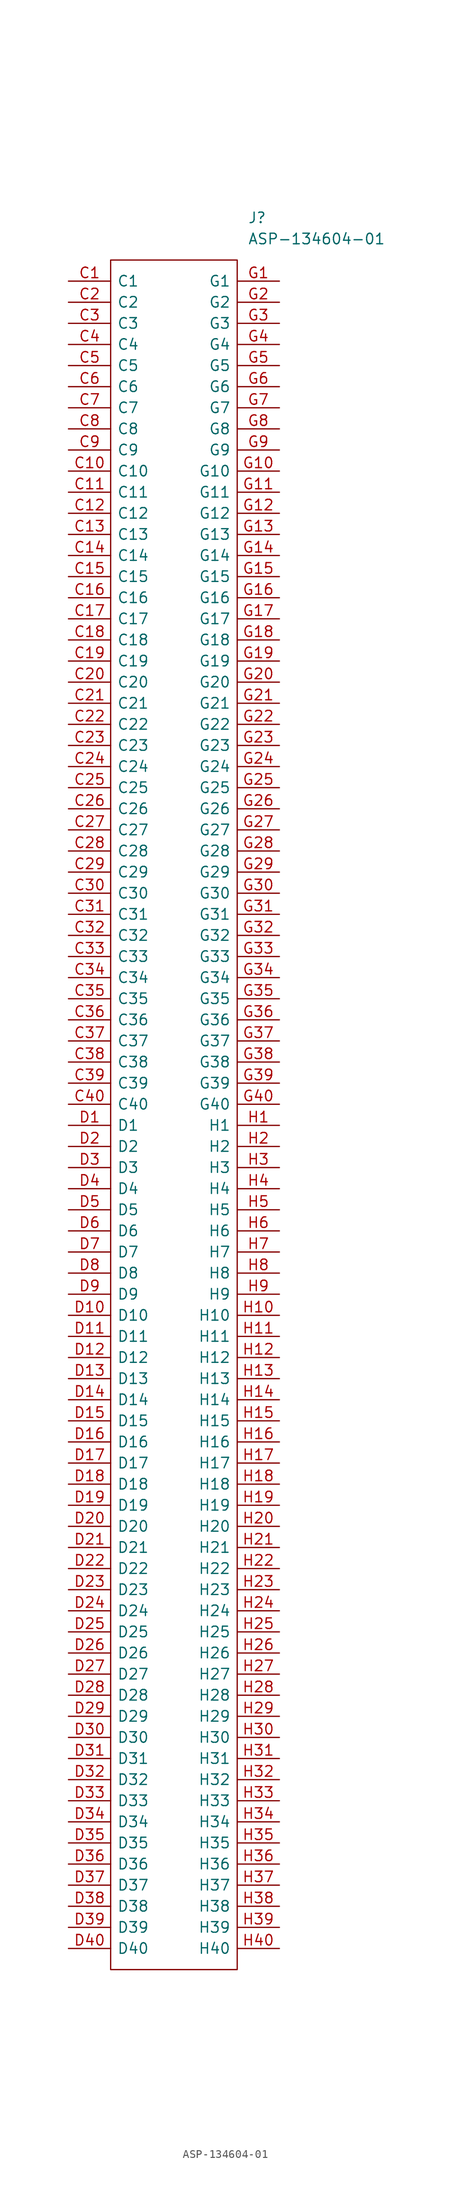
<source format=kicad_sym>
(kicad_symbol_lib
  (version 20220914)
  (generator kicad_symbol_editor)
  (symbol "ASP-134604-01"
    (pin_names
      (offset 0.762))
    (property "Reference" "J"
      (at 21.59 7.62 0)
      (effects (font (size 1.27 1.27)) (justify left)))
    (property "Value" "ASP-134604-01"
      (at 21.59 5.08 0)
      (effects (font (size 1.27 1.27)) (justify left)))
    (symbol "ASP-134604-01_0_0"
      (pin passive line (at 0 0 0) (length 5.08) (name "C1" (effects (font (size 1.27 1.27)))) (number "C1" (effects (font (size 1.27 1.27)))))
      (pin passive line (at 0 -22.86 0) (length 5.08) (name "C10" (effects (font (size 1.27 1.27)))) (number "C10" (effects (font (size 1.27 1.27)))))
      (pin passive line (at 0 -25.4 0) (length 5.08) (name "C11" (effects (font (size 1.27 1.27)))) (number "C11" (effects (font (size 1.27 1.27)))))
      (pin passive line (at 0 -27.94 0) (length 5.08) (name "C12" (effects (font (size 1.27 1.27)))) (number "C12" (effects (font (size 1.27 1.27)))))
      (pin passive line (at 0 -30.48 0) (length 5.08) (name "C13" (effects (font (size 1.27 1.27)))) (number "C13" (effects (font (size 1.27 1.27)))))
      (pin passive line (at 0 -33.02 0) (length 5.08) (name "C14" (effects (font (size 1.27 1.27)))) (number "C14" (effects (font (size 1.27 1.27)))))
      (pin passive line (at 0 -35.56 0) (length 5.08) (name "C15" (effects (font (size 1.27 1.27)))) (number "C15" (effects (font (size 1.27 1.27)))))
      (pin passive line (at 0 -38.1 0) (length 5.08) (name "C16" (effects (font (size 1.27 1.27)))) (number "C16" (effects (font (size 1.27 1.27)))))
      (pin passive line (at 0 -40.64 0) (length 5.08) (name "C17" (effects (font (size 1.27 1.27)))) (number "C17" (effects (font (size 1.27 1.27)))))
      (pin passive line (at 0 -43.18 0) (length 5.08) (name "C18" (effects (font (size 1.27 1.27)))) (number "C18" (effects (font (size 1.27 1.27)))))
      (pin passive line (at 0 -45.72 0) (length 5.08) (name "C19" (effects (font (size 1.27 1.27)))) (number "C19" (effects (font (size 1.27 1.27)))))
      (pin passive line (at 0 -2.54 0) (length 5.08) (name "C2" (effects (font (size 1.27 1.27)))) (number "C2" (effects (font (size 1.27 1.27)))))
      (pin passive line (at 0 -48.26 0) (length 5.08) (name "C20" (effects (font (size 1.27 1.27)))) (number "C20" (effects (font (size 1.27 1.27)))))
      (pin passive line (at 0 -50.8 0) (length 5.08) (name "C21" (effects (font (size 1.27 1.27)))) (number "C21" (effects (font (size 1.27 1.27)))))
      (pin passive line (at 0 -53.34 0) (length 5.08) (name "C22" (effects (font (size 1.27 1.27)))) (number "C22" (effects (font (size 1.27 1.27)))))
      (pin passive line (at 0 -55.88 0) (length 5.08) (name "C23" (effects (font (size 1.27 1.27)))) (number "C23" (effects (font (size 1.27 1.27)))))
      (pin passive line (at 0 -58.42 0) (length 5.08) (name "C24" (effects (font (size 1.27 1.27)))) (number "C24" (effects (font (size 1.27 1.27)))))
      (pin passive line (at 0 -60.96 0) (length 5.08) (name "C25" (effects (font (size 1.27 1.27)))) (number "C25" (effects (font (size 1.27 1.27)))))
      (pin passive line (at 0 -63.5 0) (length 5.08) (name "C26" (effects (font (size 1.27 1.27)))) (number "C26" (effects (font (size 1.27 1.27)))))
      (pin passive line (at 0 -66.04 0) (length 5.08) (name "C27" (effects (font (size 1.27 1.27)))) (number "C27" (effects (font (size 1.27 1.27)))))
      (pin passive line (at 0 -68.58 0) (length 5.08) (name "C28" (effects (font (size 1.27 1.27)))) (number "C28" (effects (font (size 1.27 1.27)))))
      (pin passive line (at 0 -71.12 0) (length 5.08) (name "C29" (effects (font (size 1.27 1.27)))) (number "C29" (effects (font (size 1.27 1.27)))))
      (pin passive line (at 0 -5.08 0) (length 5.08) (name "C3" (effects (font (size 1.27 1.27)))) (number "C3" (effects (font (size 1.27 1.27)))))
      (pin passive line (at 0 -73.66 0) (length 5.08) (name "C30" (effects (font (size 1.27 1.27)))) (number "C30" (effects (font (size 1.27 1.27)))))
      (pin passive line (at 0 -76.2 0) (length 5.08) (name "C31" (effects (font (size 1.27 1.27)))) (number "C31" (effects (font (size 1.27 1.27)))))
      (pin passive line (at 0 -78.74 0) (length 5.08) (name "C32" (effects (font (size 1.27 1.27)))) (number "C32" (effects (font (size 1.27 1.27)))))
      (pin passive line (at 0 -81.28 0) (length 5.08) (name "C33" (effects (font (size 1.27 1.27)))) (number "C33" (effects (font (size 1.27 1.27)))))
      (pin passive line (at 0 -83.82 0) (length 5.08) (name "C34" (effects (font (size 1.27 1.27)))) (number "C34" (effects (font (size 1.27 1.27)))))
      (pin passive line (at 0 -86.36 0) (length 5.08) (name "C35" (effects (font (size 1.27 1.27)))) (number "C35" (effects (font (size 1.27 1.27)))))
      (pin passive line (at 0 -88.9 0) (length 5.08) (name "C36" (effects (font (size 1.27 1.27)))) (number "C36" (effects (font (size 1.27 1.27)))))
      (pin passive line (at 0 -91.44 0) (length 5.08) (name "C37" (effects (font (size 1.27 1.27)))) (number "C37" (effects (font (size 1.27 1.27)))))
      (pin passive line (at 0 -93.98 0) (length 5.08) (name "C38" (effects (font (size 1.27 1.27)))) (number "C38" (effects (font (size 1.27 1.27)))))
      (pin passive line (at 0 -96.52 0) (length 5.08) (name "C39" (effects (font (size 1.27 1.27)))) (number "C39" (effects (font (size 1.27 1.27)))))
      (pin passive line (at 0 -7.62 0) (length 5.08) (name "C4" (effects (font (size 1.27 1.27)))) (number "C4" (effects (font (size 1.27 1.27)))))
      (pin passive line (at 0 -99.06 0) (length 5.08) (name "C40" (effects (font (size 1.27 1.27)))) (number "C40" (effects (font (size 1.27 1.27)))))
      (pin passive line (at 0 -10.16 0) (length 5.08) (name "C5" (effects (font (size 1.27 1.27)))) (number "C5" (effects (font (size 1.27 1.27)))))
      (pin passive line (at 0 -12.7 0) (length 5.08) (name "C6" (effects (font (size 1.27 1.27)))) (number "C6" (effects (font (size 1.27 1.27)))))
      (pin passive line (at 0 -15.24 0) (length 5.08) (name "C7" (effects (font (size 1.27 1.27)))) (number "C7" (effects (font (size 1.27 1.27)))))
      (pin passive line (at 0 -17.78 0) (length 5.08) (name "C8" (effects (font (size 1.27 1.27)))) (number "C8" (effects (font (size 1.27 1.27)))))
      (pin passive line (at 0 -20.32 0) (length 5.08) (name "C9" (effects (font (size 1.27 1.27)))) (number "C9" (effects (font (size 1.27 1.27)))))
      (pin passive line (at 0 -101.6 0) (length 5.08) (name "D1" (effects (font (size 1.27 1.27)))) (number "D1" (effects (font (size 1.27 1.27)))))
      (pin passive line (at 0 -124.46 0) (length 5.08) (name "D10" (effects (font (size 1.27 1.27)))) (number "D10" (effects (font (size 1.27 1.27)))))
      (pin passive line (at 0 -127 0) (length 5.08) (name "D11" (effects (font (size 1.27 1.27)))) (number "D11" (effects (font (size 1.27 1.27)))))
      (pin passive line (at 0 -129.54 0) (length 5.08) (name "D12" (effects (font (size 1.27 1.27)))) (number "D12" (effects (font (size 1.27 1.27)))))
      (pin passive line (at 0 -132.08 0) (length 5.08) (name "D13" (effects (font (size 1.27 1.27)))) (number "D13" (effects (font (size 1.27 1.27)))))
      (pin passive line (at 0 -134.62 0) (length 5.08) (name "D14" (effects (font (size 1.27 1.27)))) (number "D14" (effects (font (size 1.27 1.27)))))
      (pin passive line (at 0 -137.16 0) (length 5.08) (name "D15" (effects (font (size 1.27 1.27)))) (number "D15" (effects (font (size 1.27 1.27)))))
      (pin passive line (at 0 -139.7 0) (length 5.08) (name "D16" (effects (font (size 1.27 1.27)))) (number "D16" (effects (font (size 1.27 1.27)))))
      (pin passive line (at 0 -142.24 0) (length 5.08) (name "D17" (effects (font (size 1.27 1.27)))) (number "D17" (effects (font (size 1.27 1.27)))))
      (pin passive line (at 0 -144.78 0) (length 5.08) (name "D18" (effects (font (size 1.27 1.27)))) (number "D18" (effects (font (size 1.27 1.27)))))
      (pin passive line (at 0 -147.32 0) (length 5.08) (name "D19" (effects (font (size 1.27 1.27)))) (number "D19" (effects (font (size 1.27 1.27)))))
      (pin passive line (at 0 -104.14 0) (length 5.08) (name "D2" (effects (font (size 1.27 1.27)))) (number "D2" (effects (font (size 1.27 1.27)))))
      (pin passive line (at 0 -149.86 0) (length 5.08) (name "D20" (effects (font (size 1.27 1.27)))) (number "D20" (effects (font (size 1.27 1.27)))))
      (pin passive line (at 0 -152.4 0) (length 5.08) (name "D21" (effects (font (size 1.27 1.27)))) (number "D21" (effects (font (size 1.27 1.27)))))
      (pin passive line (at 0 -154.94 0) (length 5.08) (name "D22" (effects (font (size 1.27 1.27)))) (number "D22" (effects (font (size 1.27 1.27)))))
      (pin passive line (at 0 -157.48 0) (length 5.08) (name "D23" (effects (font (size 1.27 1.27)))) (number "D23" (effects (font (size 1.27 1.27)))))
      (pin passive line (at 0 -160.02 0) (length 5.08) (name "D24" (effects (font (size 1.27 1.27)))) (number "D24" (effects (font (size 1.27 1.27)))))
      (pin passive line (at 0 -162.56 0) (length 5.08) (name "D25" (effects (font (size 1.27 1.27)))) (number "D25" (effects (font (size 1.27 1.27)))))
      (pin passive line (at 0 -165.1 0) (length 5.08) (name "D26" (effects (font (size 1.27 1.27)))) (number "D26" (effects (font (size 1.27 1.27)))))
      (pin passive line (at 0 -167.64 0) (length 5.08) (name "D27" (effects (font (size 1.27 1.27)))) (number "D27" (effects (font (size 1.27 1.27)))))
      (pin passive line (at 0 -170.18 0) (length 5.08) (name "D28" (effects (font (size 1.27 1.27)))) (number "D28" (effects (font (size 1.27 1.27)))))
      (pin passive line (at 0 -172.72 0) (length 5.08) (name "D29" (effects (font (size 1.27 1.27)))) (number "D29" (effects (font (size 1.27 1.27)))))
      (pin passive line (at 0 -106.68 0) (length 5.08) (name "D3" (effects (font (size 1.27 1.27)))) (number "D3" (effects (font (size 1.27 1.27)))))
      (pin passive line (at 0 -175.26 0) (length 5.08) (name "D30" (effects (font (size 1.27 1.27)))) (number "D30" (effects (font (size 1.27 1.27)))))
      (pin passive line (at 0 -177.8 0) (length 5.08) (name "D31" (effects (font (size 1.27 1.27)))) (number "D31" (effects (font (size 1.27 1.27)))))
      (pin passive line (at 0 -180.34 0) (length 5.08) (name "D32" (effects (font (size 1.27 1.27)))) (number "D32" (effects (font (size 1.27 1.27)))))
      (pin passive line (at 0 -182.88 0) (length 5.08) (name "D33" (effects (font (size 1.27 1.27)))) (number "D33" (effects (font (size 1.27 1.27)))))
      (pin passive line (at 0 -185.42 0) (length 5.08) (name "D34" (effects (font (size 1.27 1.27)))) (number "D34" (effects (font (size 1.27 1.27)))))
      (pin passive line (at 0 -187.96 0) (length 5.08) (name "D35" (effects (font (size 1.27 1.27)))) (number "D35" (effects (font (size 1.27 1.27)))))
      (pin passive line (at 0 -190.5 0) (length 5.08) (name "D36" (effects (font (size 1.27 1.27)))) (number "D36" (effects (font (size 1.27 1.27)))))
      (pin passive line (at 0 -193.04 0) (length 5.08) (name "D37" (effects (font (size 1.27 1.27)))) (number "D37" (effects (font (size 1.27 1.27)))))
      (pin passive line (at 0 -195.58 0) (length 5.08) (name "D38" (effects (font (size 1.27 1.27)))) (number "D38" (effects (font (size 1.27 1.27)))))
      (pin passive line (at 0 -198.12 0) (length 5.08) (name "D39" (effects (font (size 1.27 1.27)))) (number "D39" (effects (font (size 1.27 1.27)))))
      (pin passive line (at 0 -109.22 0) (length 5.08) (name "D4" (effects (font (size 1.27 1.27)))) (number "D4" (effects (font (size 1.27 1.27)))))
      (pin passive line (at 0 -200.66 0) (length 5.08) (name "D40" (effects (font (size 1.27 1.27)))) (number "D40" (effects (font (size 1.27 1.27)))))
      (pin passive line (at 0 -111.76 0) (length 5.08) (name "D5" (effects (font (size 1.27 1.27)))) (number "D5" (effects (font (size 1.27 1.27)))))
      (pin passive line (at 0 -114.3 0) (length 5.08) (name "D6" (effects (font (size 1.27 1.27)))) (number "D6" (effects (font (size 1.27 1.27)))))
      (pin passive line (at 0 -116.84 0) (length 5.08) (name "D7" (effects (font (size 1.27 1.27)))) (number "D7" (effects (font (size 1.27 1.27)))))
      (pin passive line (at 0 -119.38 0) (length 5.08) (name "D8" (effects (font (size 1.27 1.27)))) (number "D8" (effects (font (size 1.27 1.27)))))
      (pin passive line (at 0 -121.92 0) (length 5.08) (name "D9" (effects (font (size 1.27 1.27)))) (number "D9" (effects (font (size 1.27 1.27)))))
      (pin passive line (at 25.4 0 180) (length 5.08) (name "G1" (effects (font (size 1.27 1.27)))) (number "G1" (effects (font (size 1.27 1.27)))))
      (pin passive line (at 25.4 -22.86 180) (length 5.08) (name "G10" (effects (font (size 1.27 1.27)))) (number "G10" (effects (font (size 1.27 1.27)))))
      (pin passive line (at 25.4 -25.4 180) (length 5.08) (name "G11" (effects (font (size 1.27 1.27)))) (number "G11" (effects (font (size 1.27 1.27)))))
      (pin passive line (at 25.4 -27.94 180) (length 5.08) (name "G12" (effects (font (size 1.27 1.27)))) (number "G12" (effects (font (size 1.27 1.27)))))
      (pin passive line (at 25.4 -30.48 180) (length 5.08) (name "G13" (effects (font (size 1.27 1.27)))) (number "G13" (effects (font (size 1.27 1.27)))))
      (pin passive line (at 25.4 -33.02 180) (length 5.08) (name "G14" (effects (font (size 1.27 1.27)))) (number "G14" (effects (font (size 1.27 1.27)))))
      (pin passive line (at 25.4 -35.56 180) (length 5.08) (name "G15" (effects (font (size 1.27 1.27)))) (number "G15" (effects (font (size 1.27 1.27)))))
      (pin passive line (at 25.4 -38.1 180) (length 5.08) (name "G16" (effects (font (size 1.27 1.27)))) (number "G16" (effects (font (size 1.27 1.27)))))
      (pin passive line (at 25.4 -40.64 180) (length 5.08) (name "G17" (effects (font (size 1.27 1.27)))) (number "G17" (effects (font (size 1.27 1.27)))))
      (pin passive line (at 25.4 -43.18 180) (length 5.08) (name "G18" (effects (font (size 1.27 1.27)))) (number "G18" (effects (font (size 1.27 1.27)))))
      (pin passive line (at 25.4 -45.72 180) (length 5.08) (name "G19" (effects (font (size 1.27 1.27)))) (number "G19" (effects (font (size 1.27 1.27)))))
      (pin passive line (at 25.4 -2.54 180) (length 5.08) (name "G2" (effects (font (size 1.27 1.27)))) (number "G2" (effects (font (size 1.27 1.27)))))
      (pin passive line (at 25.4 -48.26 180) (length 5.08) (name "G20" (effects (font (size 1.27 1.27)))) (number "G20" (effects (font (size 1.27 1.27)))))
      (pin passive line (at 25.4 -50.8 180) (length 5.08) (name "G21" (effects (font (size 1.27 1.27)))) (number "G21" (effects (font (size 1.27 1.27)))))
      (pin passive line (at 25.4 -53.34 180) (length 5.08) (name "G22" (effects (font (size 1.27 1.27)))) (number "G22" (effects (font (size 1.27 1.27)))))
      (pin passive line (at 25.4 -55.88 180) (length 5.08) (name "G23" (effects (font (size 1.27 1.27)))) (number "G23" (effects (font (size 1.27 1.27)))))
      (pin passive line (at 25.4 -58.42 180) (length 5.08) (name "G24" (effects (font (size 1.27 1.27)))) (number "G24" (effects (font (size 1.27 1.27)))))
      (pin passive line (at 25.4 -60.96 180) (length 5.08) (name "G25" (effects (font (size 1.27 1.27)))) (number "G25" (effects (font (size 1.27 1.27)))))
      (pin passive line (at 25.4 -63.5 180) (length 5.08) (name "G26" (effects (font (size 1.27 1.27)))) (number "G26" (effects (font (size 1.27 1.27)))))
      (pin passive line (at 25.4 -66.04 180) (length 5.08) (name "G27" (effects (font (size 1.27 1.27)))) (number "G27" (effects (font (size 1.27 1.27)))))
      (pin passive line (at 25.4 -68.58 180) (length 5.08) (name "G28" (effects (font (size 1.27 1.27)))) (number "G28" (effects (font (size 1.27 1.27)))))
      (pin passive line (at 25.4 -71.12 180) (length 5.08) (name "G29" (effects (font (size 1.27 1.27)))) (number "G29" (effects (font (size 1.27 1.27)))))
      (pin passive line (at 25.4 -5.08 180) (length 5.08) (name "G3" (effects (font (size 1.27 1.27)))) (number "G3" (effects (font (size 1.27 1.27)))))
      (pin passive line (at 25.4 -73.66 180) (length 5.08) (name "G30" (effects (font (size 1.27 1.27)))) (number "G30" (effects (font (size 1.27 1.27)))))
      (pin passive line (at 25.4 -76.2 180) (length 5.08) (name "G31" (effects (font (size 1.27 1.27)))) (number "G31" (effects (font (size 1.27 1.27)))))
      (pin passive line (at 25.4 -78.74 180) (length 5.08) (name "G32" (effects (font (size 1.27 1.27)))) (number "G32" (effects (font (size 1.27 1.27)))))
      (pin passive line (at 25.4 -81.28 180) (length 5.08) (name "G33" (effects (font (size 1.27 1.27)))) (number "G33" (effects (font (size 1.27 1.27)))))
      (pin passive line (at 25.4 -83.82 180) (length 5.08) (name "G34" (effects (font (size 1.27 1.27)))) (number "G34" (effects (font (size 1.27 1.27)))))
      (pin passive line (at 25.4 -86.36 180) (length 5.08) (name "G35" (effects (font (size 1.27 1.27)))) (number "G35" (effects (font (size 1.27 1.27)))))
      (pin passive line (at 25.4 -88.9 180) (length 5.08) (name "G36" (effects (font (size 1.27 1.27)))) (number "G36" (effects (font (size 1.27 1.27)))))
      (pin passive line (at 25.4 -91.44 180) (length 5.08) (name "G37" (effects (font (size 1.27 1.27)))) (number "G37" (effects (font (size 1.27 1.27)))))
      (pin passive line (at 25.4 -93.98 180) (length 5.08) (name "G38" (effects (font (size 1.27 1.27)))) (number "G38" (effects (font (size 1.27 1.27)))))
      (pin passive line (at 25.4 -96.52 180) (length 5.08) (name "G39" (effects (font (size 1.27 1.27)))) (number "G39" (effects (font (size 1.27 1.27)))))
      (pin passive line (at 25.4 -7.62 180) (length 5.08) (name "G4" (effects (font (size 1.27 1.27)))) (number "G4" (effects (font (size 1.27 1.27)))))
      (pin passive line (at 25.4 -99.06 180) (length 5.08) (name "G40" (effects (font (size 1.27 1.27)))) (number "G40" (effects (font (size 1.27 1.27)))))
      (pin passive line (at 25.4 -10.16 180) (length 5.08) (name "G5" (effects (font (size 1.27 1.27)))) (number "G5" (effects (font (size 1.27 1.27)))))
      (pin passive line (at 25.4 -12.7 180) (length 5.08) (name "G6" (effects (font (size 1.27 1.27)))) (number "G6" (effects (font (size 1.27 1.27)))))
      (pin passive line (at 25.4 -15.24 180) (length 5.08) (name "G7" (effects (font (size 1.27 1.27)))) (number "G7" (effects (font (size 1.27 1.27)))))
      (pin passive line (at 25.4 -17.78 180) (length 5.08) (name "G8" (effects (font (size 1.27 1.27)))) (number "G8" (effects (font (size 1.27 1.27)))))
      (pin passive line (at 25.4 -20.32 180) (length 5.08) (name "G9" (effects (font (size 1.27 1.27)))) (number "G9" (effects (font (size 1.27 1.27)))))
      (pin passive line (at 25.4 -101.6 180) (length 5.08) (name "H1" (effects (font (size 1.27 1.27)))) (number "H1" (effects (font (size 1.27 1.27)))))
      (pin passive line (at 25.4 -124.46 180) (length 5.08) (name "H10" (effects (font (size 1.27 1.27)))) (number "H10" (effects (font (size 1.27 1.27)))))
      (pin passive line (at 25.4 -127 180) (length 5.08) (name "H11" (effects (font (size 1.27 1.27)))) (number "H11" (effects (font (size 1.27 1.27)))))
      (pin passive line (at 25.4 -129.54 180) (length 5.08) (name "H12" (effects (font (size 1.27 1.27)))) (number "H12" (effects (font (size 1.27 1.27)))))
      (pin passive line (at 25.4 -132.08 180) (length 5.08) (name "H13" (effects (font (size 1.27 1.27)))) (number "H13" (effects (font (size 1.27 1.27)))))
      (pin passive line (at 25.4 -134.62 180) (length 5.08) (name "H14" (effects (font (size 1.27 1.27)))) (number "H14" (effects (font (size 1.27 1.27)))))
      (pin passive line (at 25.4 -137.16 180) (length 5.08) (name "H15" (effects (font (size 1.27 1.27)))) (number "H15" (effects (font (size 1.27 1.27)))))
      (pin passive line (at 25.4 -139.7 180) (length 5.08) (name "H16" (effects (font (size 1.27 1.27)))) (number "H16" (effects (font (size 1.27 1.27)))))
      (pin passive line (at 25.4 -142.24 180) (length 5.08) (name "H17" (effects (font (size 1.27 1.27)))) (number "H17" (effects (font (size 1.27 1.27)))))
      (pin passive line (at 25.4 -144.78 180) (length 5.08) (name "H18" (effects (font (size 1.27 1.27)))) (number "H18" (effects (font (size 1.27 1.27)))))
      (pin passive line (at 25.4 -147.32 180) (length 5.08) (name "H19" (effects (font (size 1.27 1.27)))) (number "H19" (effects (font (size 1.27 1.27)))))
      (pin passive line (at 25.4 -104.14 180) (length 5.08) (name "H2" (effects (font (size 1.27 1.27)))) (number "H2" (effects (font (size 1.27 1.27)))))
      (pin passive line (at 25.4 -149.86 180) (length 5.08) (name "H20" (effects (font (size 1.27 1.27)))) (number "H20" (effects (font (size 1.27 1.27)))))
      (pin passive line (at 25.4 -152.4 180) (length 5.08) (name "H21" (effects (font (size 1.27 1.27)))) (number "H21" (effects (font (size 1.27 1.27)))))
      (pin passive line (at 25.4 -154.94 180) (length 5.08) (name "H22" (effects (font (size 1.27 1.27)))) (number "H22" (effects (font (size 1.27 1.27)))))
      (pin passive line (at 25.4 -157.48 180) (length 5.08) (name "H23" (effects (font (size 1.27 1.27)))) (number "H23" (effects (font (size 1.27 1.27)))))
      (pin passive line (at 25.4 -160.02 180) (length 5.08) (name "H24" (effects (font (size 1.27 1.27)))) (number "H24" (effects (font (size 1.27 1.27)))))
      (pin passive line (at 25.4 -162.56 180) (length 5.08) (name "H25" (effects (font (size 1.27 1.27)))) (number "H25" (effects (font (size 1.27 1.27)))))
      (pin passive line (at 25.4 -165.1 180) (length 5.08) (name "H26" (effects (font (size 1.27 1.27)))) (number "H26" (effects (font (size 1.27 1.27)))))
      (pin passive line (at 25.4 -167.64 180) (length 5.08) (name "H27" (effects (font (size 1.27 1.27)))) (number "H27" (effects (font (size 1.27 1.27)))))
      (pin passive line (at 25.4 -170.18 180) (length 5.08) (name "H28" (effects (font (size 1.27 1.27)))) (number "H28" (effects (font (size 1.27 1.27)))))
      (pin passive line (at 25.4 -172.72 180) (length 5.08) (name "H29" (effects (font (size 1.27 1.27)))) (number "H29" (effects (font (size 1.27 1.27)))))
      (pin passive line (at 25.4 -106.68 180) (length 5.08) (name "H3" (effects (font (size 1.27 1.27)))) (number "H3" (effects (font (size 1.27 1.27)))))
      (pin passive line (at 25.4 -175.26 180) (length 5.08) (name "H30" (effects (font (size 1.27 1.27)))) (number "H30" (effects (font (size 1.27 1.27)))))
      (pin passive line (at 25.4 -177.8 180) (length 5.08) (name "H31" (effects (font (size 1.27 1.27)))) (number "H31" (effects (font (size 1.27 1.27)))))
      (pin passive line (at 25.4 -180.34 180) (length 5.08) (name "H32" (effects (font (size 1.27 1.27)))) (number "H32" (effects (font (size 1.27 1.27)))))
      (pin passive line (at 25.4 -182.88 180) (length 5.08) (name "H33" (effects (font (size 1.27 1.27)))) (number "H33" (effects (font (size 1.27 1.27)))))
      (pin passive line (at 25.4 -185.42 180) (length 5.08) (name "H34" (effects (font (size 1.27 1.27)))) (number "H34" (effects (font (size 1.27 1.27)))))
      (pin passive line (at 25.4 -187.96 180) (length 5.08) (name "H35" (effects (font (size 1.27 1.27)))) (number "H35" (effects (font (size 1.27 1.27)))))
      (pin passive line (at 25.4 -190.5 180) (length 5.08) (name "H36" (effects (font (size 1.27 1.27)))) (number "H36" (effects (font (size 1.27 1.27)))))
      (pin passive line (at 25.4 -193.04 180) (length 5.08) (name "H37" (effects (font (size 1.27 1.27)))) (number "H37" (effects (font (size 1.27 1.27)))))
      (pin passive line (at 25.4 -195.58 180) (length 5.08) (name "H38" (effects (font (size 1.27 1.27)))) (number "H38" (effects (font (size 1.27 1.27)))))
      (pin passive line (at 25.4 -198.12 180) (length 5.08) (name "H39" (effects (font (size 1.27 1.27)))) (number "H39" (effects (font (size 1.27 1.27)))))
      (pin passive line (at 25.4 -109.22 180) (length 5.08) (name "H4" (effects (font (size 1.27 1.27)))) (number "H4" (effects (font (size 1.27 1.27)))))
      (pin passive line (at 25.4 -200.66 180) (length 5.08) (name "H40" (effects (font (size 1.27 1.27)))) (number "H40" (effects (font (size 1.27 1.27)))))
      (pin passive line (at 25.4 -111.76 180) (length 5.08) (name "H5" (effects (font (size 1.27 1.27)))) (number "H5" (effects (font (size 1.27 1.27)))))
      (pin passive line (at 25.4 -114.3 180) (length 5.08) (name "H6" (effects (font (size 1.27 1.27)))) (number "H6" (effects (font (size 1.27 1.27)))))
      (pin passive line (at 25.4 -116.84 180) (length 5.08) (name "H7" (effects (font (size 1.27 1.27)))) (number "H7" (effects (font (size 1.27 1.27)))))
      (pin passive line (at 25.4 -119.38 180) (length 5.08) (name "H8" (effects (font (size 1.27 1.27)))) (number "H8" (effects (font (size 1.27 1.27)))))
      (pin passive line (at 25.4 -121.92 180) (length 5.08) (name "H9" (effects (font (size 1.27 1.27)))) (number "H9" (effects (font (size 1.27 1.27))))))
    (symbol "ASP-134604-01_0_1"
      (polyline (pts (xy 5.08 2.54) (xy 20.32 2.54) (xy 20.32 -203.2) (xy 5.08 -203.2) (xy 5.08 2.54)) (stroke (width 0.152) (type solid)) (fill (type none))))))
</source>
